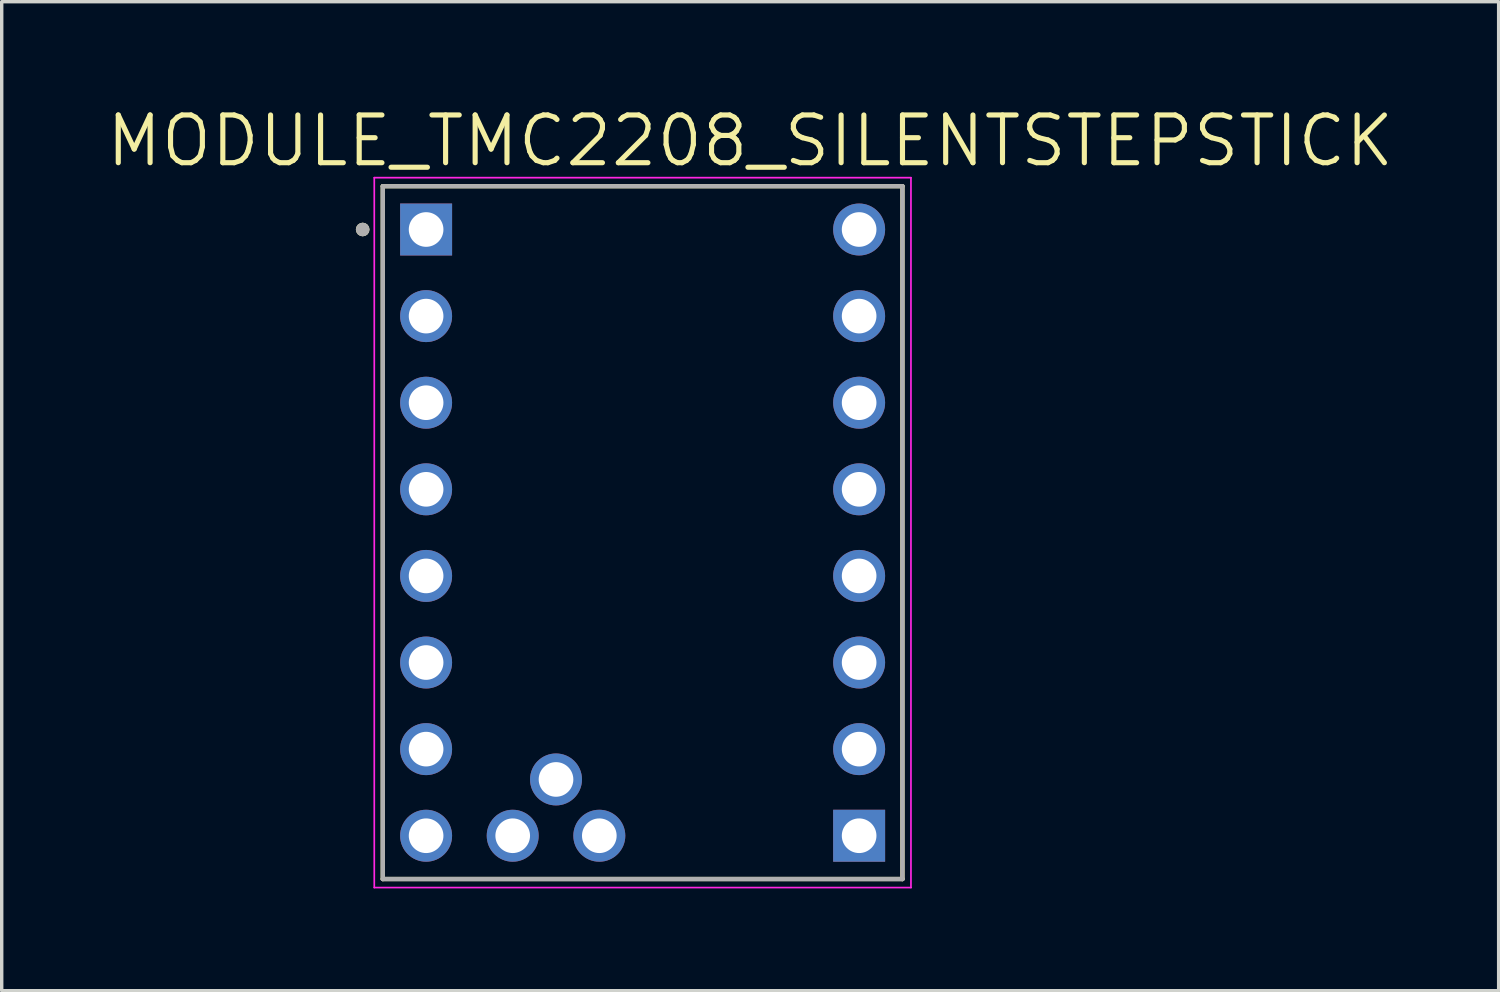
<source format=kicad_pcb>
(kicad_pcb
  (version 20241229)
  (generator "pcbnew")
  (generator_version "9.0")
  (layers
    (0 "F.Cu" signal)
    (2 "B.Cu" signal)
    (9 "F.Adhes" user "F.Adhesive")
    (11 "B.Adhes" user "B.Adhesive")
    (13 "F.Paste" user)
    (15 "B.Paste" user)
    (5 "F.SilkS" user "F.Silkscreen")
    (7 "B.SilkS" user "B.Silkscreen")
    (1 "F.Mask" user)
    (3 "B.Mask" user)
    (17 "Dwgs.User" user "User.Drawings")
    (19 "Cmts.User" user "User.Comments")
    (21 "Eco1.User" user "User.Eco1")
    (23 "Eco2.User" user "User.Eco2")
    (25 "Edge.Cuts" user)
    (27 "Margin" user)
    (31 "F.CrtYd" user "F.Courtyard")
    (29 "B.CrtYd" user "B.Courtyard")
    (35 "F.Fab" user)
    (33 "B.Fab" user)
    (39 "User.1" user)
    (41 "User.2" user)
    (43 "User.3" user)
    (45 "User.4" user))
  (footprint "MODULE_TMC2208_SILENTSTEPSTICK"
    (layer "F.Cu")
    (at 15.297 12.571)
    (property "Reference" "MODULE_TMC2208_SILENTSTEPSTICK" (at 3.655 -11.489 0) (layer "F.SilkS") (effects (font (size 1.4 1.4) (thickness 0.15))))
    (attr through_hole)
    (fp_line (start -7.12 -10.16) (end 8.12 -10.16) (stroke (width 0.127) (type solid)) (layer "F.SilkS"))
    (fp_line (start -7.12 10.16) (end -7.12 -10.16) (stroke (width 0.127) (type solid)) (layer "F.SilkS"))
    (fp_line (start 8.12 -10.16) (end 8.12 10.16) (stroke (width 0.127) (type solid)) (layer "F.SilkS"))
    (fp_line (start 8.12 10.16) (end -7.12 10.16) (stroke (width 0.127) (type solid)) (layer "F.SilkS"))
    (fp_circle (center -7.71 -8.89) (end -7.81 -8.89) (stroke (width 0.2) (type solid)) (fill no) (layer "F.SilkS"))
    (fp_line (start -7.37 -10.41) (end -7.37 10.41) (stroke (width 0.05) (type solid)) (layer "F.CrtYd"))
    (fp_line (start 8.37 -10.41) (end -7.37 -10.41) (stroke (width 0.05) (type solid)) (layer "F.CrtYd"))
    (fp_line (start 8.37 -10.41) (end 8.37 10.41) (stroke (width 0.05) (type solid)) (layer "F.CrtYd"))
    (fp_line (start 8.37 10.41) (end -7.37 10.41) (stroke (width 0.05) (type solid)) (layer "F.CrtYd"))
    (fp_line (start -7.12 -10.16) (end 8.12 -10.16) (stroke (width 0.127) (type solid)) (layer "F.Fab"))
    (fp_line (start -7.12 10.16) (end -7.12 -10.16) (stroke (width 0.127) (type solid)) (layer "F.Fab"))
    (fp_line (start 8.12 -10.16) (end 8.12 10.16) (stroke (width 0.127) (type solid)) (layer "F.Fab"))
    (fp_line (start 8.12 10.16) (end -7.12 10.16) (stroke (width 0.127) (type solid)) (layer "F.Fab"))
    (fp_circle (center -7.71 -8.89) (end -7.81 -8.89) (stroke (width 0.2) (type solid)) (fill no) (layer "F.Fab"))
    (pad "CLK" thru_hole circle (at -5.85 -3.81) (size 1.524 1.524) (drill 1.016) (layers "*.Cu" "*.Mask"))
    (pad "DIAG" thru_hole circle (at -2.04 7.239) (size 1.524 1.524) (drill 1.016) (layers "*.Cu" "*.Mask"))
    (pad "DIR" thru_hole rect (at -5.85 -8.89) (size 1.524 1.524) (drill 1.016) (layers "*.Cu" "*.Mask"))
    (pad "EN" thru_hole circle (at -5.85 8.89) (size 1.524 1.524) (drill 1.016) (layers "*.Cu" "*.Mask"))
    (pad "GND" thru_hole circle (at 6.85 -8.89) (size 1.524 1.524) (drill 1.016) (layers "*.Cu" "*.Mask"))
    (pad "GND" thru_hole circle (at 6.85 6.35) (size 1.524 1.524) (drill 1.016) (layers "*.Cu" "*.Mask"))
    (pad "INDEX" thru_hole circle (at -0.77 8.89) (size 1.524 1.524) (drill 1.016) (layers "*.Cu" "*.Mask"))
    (pad "M1A" thru_hole circle (at 6.85 -1.27) (size 1.524 1.524) (drill 1.016) (layers "*.Cu" "*.Mask"))
    (pad "M1B" thru_hole circle (at 6.85 -3.81) (size 1.524 1.524) (drill 1.016) (layers "*.Cu" "*.Mask"))
    (pad "M2A" thru_hole circle (at 6.85 1.27) (size 1.524 1.524) (drill 1.016) (layers "*.Cu" "*.Mask"))
    (pad "M2B" thru_hole circle (at 6.85 3.81) (size 1.524 1.524) (drill 1.016) (layers "*.Cu" "*.Mask"))
    (pad "MS1" thru_hole circle (at -5.85 6.35) (size 1.524 1.524) (drill 1.016) (layers "*.Cu" "*.Mask"))
    (pad "MS2" thru_hole circle (at -5.85 3.81) (size 1.524 1.524) (drill 1.016) (layers "*.Cu" "*.Mask"))
    (pad "PDN" thru_hole circle (at -5.85 -1.27) (size 1.524 1.524) (drill 1.016) (layers "*.Cu" "*.Mask"))
    (pad "STEP" thru_hole circle (at -5.85 -6.35) (size 1.524 1.524) (drill 1.016) (layers "*.Cu" "*.Mask"))
    (pad "UART" thru_hole circle (at -5.85 1.27) (size 1.524 1.524) (drill 1.016) (layers "*.Cu" "*.Mask"))
    (pad "VIO" thru_hole circle (at 6.85 -6.35) (size 1.524 1.524) (drill 1.016) (layers "*.Cu" "*.Mask"))
    (pad "VM" thru_hole rect (at 6.85 8.89) (size 1.524 1.524) (drill 1.016) (layers "*.Cu" "*.Mask"))
    (pad "VREF" thru_hole circle (at -3.31 8.89) (size 1.524 1.524) (drill 1.016) (layers "*.Cu" "*.Mask")))
  (gr_rect
    (start -3 -3)
    (end 40.903 26.006)
    (stroke (width 0.1) (type default))
    (fill no)
    (layer "Edge.Cuts")))
</source>
